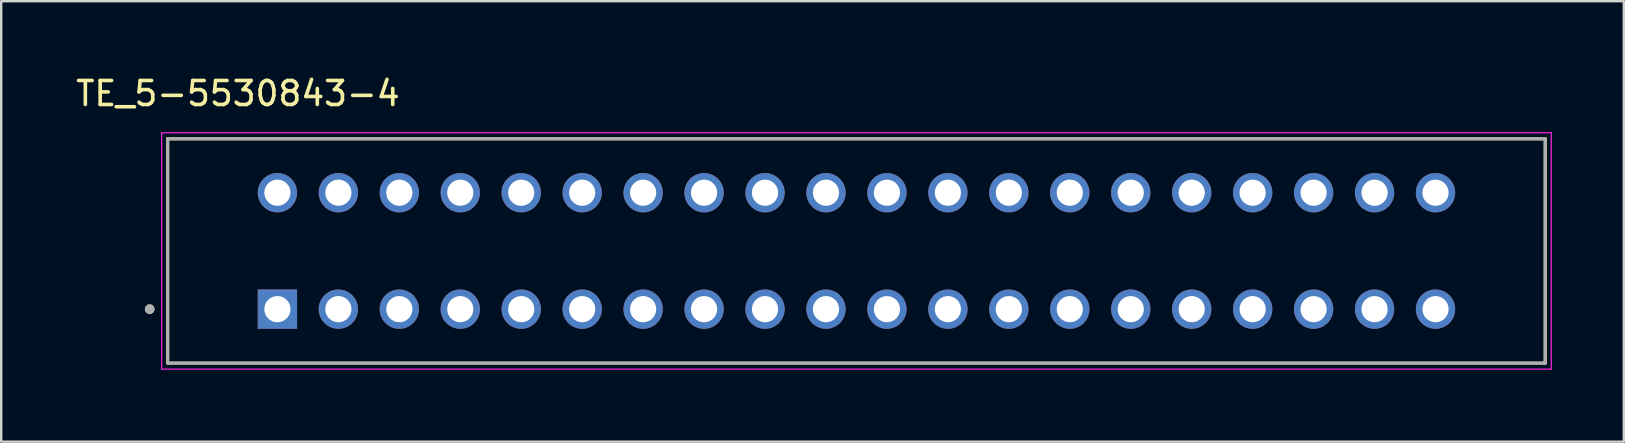
<source format=kicad_pcb>
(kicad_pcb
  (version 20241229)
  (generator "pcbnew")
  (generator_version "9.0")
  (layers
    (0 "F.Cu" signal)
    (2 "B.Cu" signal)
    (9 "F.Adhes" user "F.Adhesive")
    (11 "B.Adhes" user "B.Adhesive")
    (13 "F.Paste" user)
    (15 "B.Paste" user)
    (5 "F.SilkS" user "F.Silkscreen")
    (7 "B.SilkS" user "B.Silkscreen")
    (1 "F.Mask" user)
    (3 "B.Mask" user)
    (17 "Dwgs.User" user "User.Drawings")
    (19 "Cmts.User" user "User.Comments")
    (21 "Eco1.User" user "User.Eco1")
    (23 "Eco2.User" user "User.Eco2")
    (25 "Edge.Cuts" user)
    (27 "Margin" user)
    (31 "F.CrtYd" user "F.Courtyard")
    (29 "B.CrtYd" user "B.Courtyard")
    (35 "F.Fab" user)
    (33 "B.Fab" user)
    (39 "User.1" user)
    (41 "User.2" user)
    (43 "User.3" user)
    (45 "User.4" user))
  (footprint "TE_5-5530843-4"
    (layer "F.Cu")
    (at 32.64 7.407)
    (property "Reference" "TE_5-5530843-4" (at -25.777 -6.559 0) (layer "F.SilkS") (effects (font (size 1 1) (thickness 0.15))))
    (attr through_hole)
    (fp_line (start -28.702 -4.674) (end 28.702 -4.674) (stroke (width 0.127) (type solid)) (layer "F.SilkS"))
    (fp_line (start -28.702 4.674) (end -28.702 -4.674) (stroke (width 0.127) (type solid)) (layer "F.SilkS"))
    (fp_line (start 28.702 -4.674) (end 28.702 4.674) (stroke (width 0.127) (type solid)) (layer "F.SilkS"))
    (fp_line (start 28.702 4.674) (end -28.702 4.674) (stroke (width 0.127) (type solid)) (layer "F.SilkS"))
    (fp_circle (center -29.452 2.426) (end -29.352 2.426) (stroke (width 0.2) (type solid)) (fill no) (layer "F.SilkS"))
    (fp_line (start -28.952 -4.924) (end -28.952 4.924) (stroke (width 0.05) (type solid)) (layer "F.CrtYd"))
    (fp_line (start -28.952 4.924) (end 28.952 4.924) (stroke (width 0.05) (type solid)) (layer "F.CrtYd"))
    (fp_line (start 28.952 -4.924) (end -28.952 -4.924) (stroke (width 0.05) (type solid)) (layer "F.CrtYd"))
    (fp_line (start 28.952 4.924) (end 28.952 -4.924) (stroke (width 0.05) (type solid)) (layer "F.CrtYd"))
    (fp_line (start -28.702 -4.674) (end 28.702 -4.674) (stroke (width 0.127) (type solid)) (layer "F.Fab"))
    (fp_line (start -28.702 4.674) (end -28.702 -4.674) (stroke (width 0.127) (type solid)) (layer "F.Fab"))
    (fp_line (start 28.702 -4.674) (end 28.702 4.674) (stroke (width 0.127) (type solid)) (layer "F.Fab"))
    (fp_line (start 28.702 4.674) (end -28.702 4.674) (stroke (width 0.127) (type solid)) (layer "F.Fab"))
    (fp_circle (center -29.452 2.426) (end -29.352 2.426) (stroke (width 0.2) (type solid)) (fill no) (layer "F.Fab"))
    (pad "1" thru_hole rect (at -24.13 2.426) (size 1.638 1.638) (drill 1.092) (layers "*.Cu" "*.Mask"))
    (pad "2" thru_hole circle (at -24.13 -2.426) (size 1.638 1.638) (drill 1.092) (layers "*.Cu" "*.Mask"))
    (pad "3" thru_hole circle (at -21.59 2.426) (size 1.638 1.638) (drill 1.092) (layers "*.Cu" "*.Mask"))
    (pad "4" thru_hole circle (at -21.59 -2.426) (size 1.638 1.638) (drill 1.092) (layers "*.Cu" "*.Mask"))
    (pad "5" thru_hole circle (at -19.05 2.426) (size 1.638 1.638) (drill 1.092) (layers "*.Cu" "*.Mask"))
    (pad "6" thru_hole circle (at -19.05 -2.426) (size 1.638 1.638) (drill 1.092) (layers "*.Cu" "*.Mask"))
    (pad "7" thru_hole circle (at -16.51 2.426) (size 1.638 1.638) (drill 1.092) (layers "*.Cu" "*.Mask"))
    (pad "8" thru_hole circle (at -16.51 -2.426) (size 1.638 1.638) (drill 1.092) (layers "*.Cu" "*.Mask"))
    (pad "9" thru_hole circle (at -13.97 2.426) (size 1.638 1.638) (drill 1.092) (layers "*.Cu" "*.Mask"))
    (pad "10" thru_hole circle (at -13.97 -2.426) (size 1.638 1.638) (drill 1.092) (layers "*.Cu" "*.Mask"))
    (pad "11" thru_hole circle (at -11.43 2.426) (size 1.638 1.638) (drill 1.092) (layers "*.Cu" "*.Mask"))
    (pad "12" thru_hole circle (at -11.43 -2.426) (size 1.638 1.638) (drill 1.092) (layers "*.Cu" "*.Mask"))
    (pad "13" thru_hole circle (at -8.89 2.426) (size 1.638 1.638) (drill 1.092) (layers "*.Cu" "*.Mask"))
    (pad "14" thru_hole circle (at -8.89 -2.426) (size 1.638 1.638) (drill 1.092) (layers "*.Cu" "*.Mask"))
    (pad "15" thru_hole circle (at -6.35 2.426) (size 1.638 1.638) (drill 1.092) (layers "*.Cu" "*.Mask"))
    (pad "16" thru_hole circle (at -6.35 -2.426) (size 1.638 1.638) (drill 1.092) (layers "*.Cu" "*.Mask"))
    (pad "17" thru_hole circle (at -3.81 2.426) (size 1.638 1.638) (drill 1.092) (layers "*.Cu" "*.Mask"))
    (pad "18" thru_hole circle (at -3.81 -2.426) (size 1.638 1.638) (drill 1.092) (layers "*.Cu" "*.Mask"))
    (pad "19" thru_hole circle (at -1.27 2.426) (size 1.638 1.638) (drill 1.092) (layers "*.Cu" "*.Mask"))
    (pad "20" thru_hole circle (at -1.27 -2.426) (size 1.638 1.638) (drill 1.092) (layers "*.Cu" "*.Mask"))
    (pad "21" thru_hole circle (at 1.27 2.426) (size 1.638 1.638) (drill 1.092) (layers "*.Cu" "*.Mask"))
    (pad "22" thru_hole circle (at 1.27 -2.426) (size 1.638 1.638) (drill 1.092) (layers "*.Cu" "*.Mask"))
    (pad "23" thru_hole circle (at 3.81 2.426) (size 1.638 1.638) (drill 1.092) (layers "*.Cu" "*.Mask"))
    (pad "24" thru_hole circle (at 3.81 -2.426) (size 1.638 1.638) (drill 1.092) (layers "*.Cu" "*.Mask"))
    (pad "25" thru_hole circle (at 6.35 2.426) (size 1.638 1.638) (drill 1.092) (layers "*.Cu" "*.Mask"))
    (pad "26" thru_hole circle (at 6.35 -2.426) (size 1.638 1.638) (drill 1.092) (layers "*.Cu" "*.Mask"))
    (pad "27" thru_hole circle (at 8.89 2.426) (size 1.638 1.638) (drill 1.092) (layers "*.Cu" "*.Mask"))
    (pad "28" thru_hole circle (at 8.89 -2.426) (size 1.638 1.638) (drill 1.092) (layers "*.Cu" "*.Mask"))
    (pad "29" thru_hole circle (at 11.43 2.426) (size 1.638 1.638) (drill 1.092) (layers "*.Cu" "*.Mask"))
    (pad "30" thru_hole circle (at 11.43 -2.426) (size 1.638 1.638) (drill 1.092) (layers "*.Cu" "*.Mask"))
    (pad "31" thru_hole circle (at 13.97 2.426) (size 1.638 1.638) (drill 1.092) (layers "*.Cu" "*.Mask"))
    (pad "32" thru_hole circle (at 13.97 -2.426) (size 1.638 1.638) (drill 1.092) (layers "*.Cu" "*.Mask"))
    (pad "33" thru_hole circle (at 16.51 2.426) (size 1.638 1.638) (drill 1.092) (layers "*.Cu" "*.Mask"))
    (pad "34" thru_hole circle (at 16.51 -2.426) (size 1.638 1.638) (drill 1.092) (layers "*.Cu" "*.Mask"))
    (pad "35" thru_hole circle (at 19.05 2.426) (size 1.638 1.638) (drill 1.092) (layers "*.Cu" "*.Mask"))
    (pad "36" thru_hole circle (at 19.05 -2.426) (size 1.638 1.638) (drill 1.092) (layers "*.Cu" "*.Mask"))
    (pad "37" thru_hole circle (at 21.59 2.426) (size 1.638 1.638) (drill 1.092) (layers "*.Cu" "*.Mask"))
    (pad "38" thru_hole circle (at 21.59 -2.426) (size 1.638 1.638) (drill 1.092) (layers "*.Cu" "*.Mask"))
    (pad "39" thru_hole circle (at 24.13 2.426) (size 1.638 1.638) (drill 1.092) (layers "*.Cu" "*.Mask"))
    (pad "40" thru_hole circle (at 24.13 -2.426) (size 1.638 1.638) (drill 1.092) (layers "*.Cu" "*.Mask")))
  (gr_rect
    (start -3 -3)
    (end 64.617 15.355)
    (stroke (width 0.1) (type default))
    (fill no)
    (layer "Edge.Cuts")))
</source>
